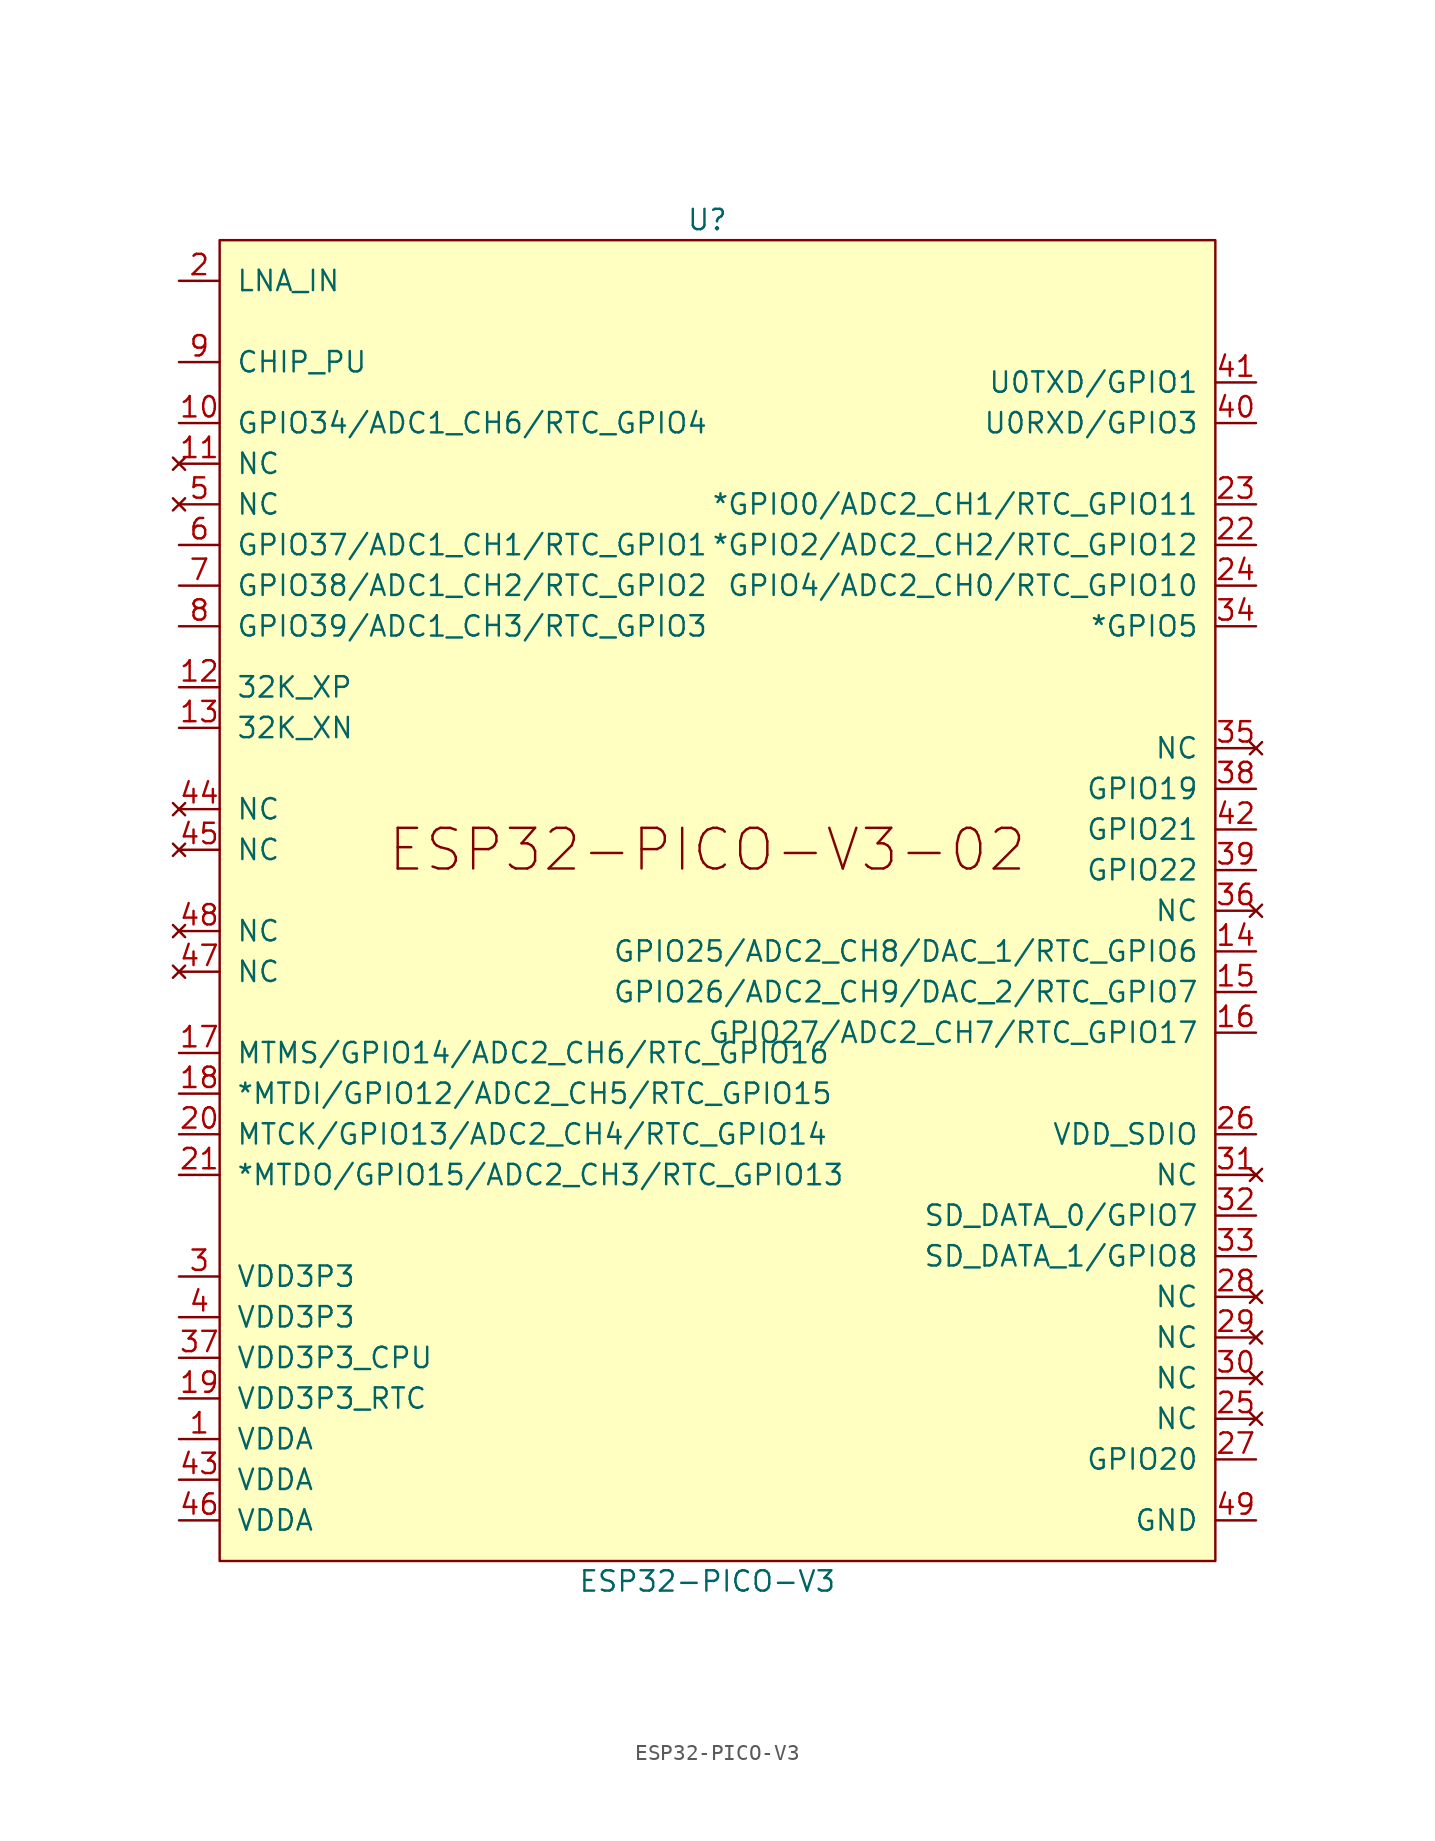
<source format=kicad_sym>
(kicad_symbol_lib
  (version 20211014)
  (generator kicad_symbol_editor)
  (symbol "ESP32-PICO-V3"
    (pin_names
      (offset 1.016))
    (property "Reference" "U"
      (at 0 43.18 0)
      (effects (font (size 1.27 1.27))))
    (property "Value" "ESP32-PICO-V3"
      (at 0 -41.91 0)
      (effects (font (size 1.27 1.27))))
    (symbol "ESP32-PICO-V3_0_0"
      (text "ESP32-PICO-V3-02" (at 0 3.81 0) (effects (font (size 2.54 2.54)))))
    (symbol "ESP32-PICO-V3_0_1"
      (rectangle (start -30.48 41.91) (end 31.75 -40.64) (stroke (width 0) (type default) (color 0 0 0 0)) (fill (type background))))
    (symbol "ESP32-PICO-V3_1_1"
      (pin power_in line (at -33.02 -33.02 0) (length 2.54) (name "VDDA" (effects (font (size 1.27 1.27)))) (number "1" (effects (font (size 1.27 1.27)))))
      (pin input line (at -33.02 30.48 0) (length 2.54) (name "GPIO34/ADC1_CH6/RTC_GPIO4" (effects (font (size 1.27 1.27)))) (number "10" (effects (font (size 1.27 1.27)))))
      (pin no_connect line (at -33.02 27.94 0) (length 2.54) (name "NC" (effects (font (size 1.27 1.27)))) (number "11" (effects (font (size 1.27 1.27)))))
      (pin bidirectional line (at -33.02 13.97 0) (length 2.54) (name "32K_XP" (effects (font (size 1.27 1.27)))) (number "12" (effects (font (size 1.27 1.27)))))
      (pin bidirectional line (at -33.02 11.43 0) (length 2.54) (name "32K_XN" (effects (font (size 1.27 1.27)))) (number "13" (effects (font (size 1.27 1.27)))))
      (pin bidirectional line (at 34.29 -2.54 180) (length 2.54) (name "GPIO25/ADC2_CH8/DAC_1/RTC_GPIO6" (effects (font (size 1.27 1.27)))) (number "14" (effects (font (size 1.27 1.27)))))
      (pin bidirectional line (at 34.29 -5.08 180) (length 2.54) (name "GPIO26/ADC2_CH9/DAC_2/RTC_GPIO7" (effects (font (size 1.27 1.27)))) (number "15" (effects (font (size 1.27 1.27)))))
      (pin bidirectional line (at 34.29 -7.62 180) (length 2.54) (name "GPIO27/ADC2_CH7/RTC_GPIO17" (effects (font (size 1.27 1.27)))) (number "16" (effects (font (size 1.27 1.27)))))
      (pin bidirectional line (at -33.02 -8.89 0) (length 2.54) (name "MTMS/GPIO14/ADC2_CH6/RTC_GPIO16" (effects (font (size 1.27 1.27)))) (number "17" (effects (font (size 1.27 1.27)))))
      (pin bidirectional line (at -33.02 -11.43 0) (length 2.54) (name "*MTDI/GPIO12/ADC2_CH5/RTC_GPIO15" (effects (font (size 1.27 1.27)))) (number "18" (effects (font (size 1.27 1.27)))))
      (pin power_in line (at -33.02 -30.48 0) (length 2.54) (name "VDD3P3_RTC" (effects (font (size 1.27 1.27)))) (number "19" (effects (font (size 1.27 1.27)))))
      (pin bidirectional line (at -33.02 39.37 0) (length 2.54) (name "LNA_IN" (effects (font (size 1.27 1.27)))) (number "2" (effects (font (size 1.27 1.27)))))
      (pin bidirectional line (at -33.02 -13.97 0) (length 2.54) (name "MTCK/GPIO13/ADC2_CH4/RTC_GPIO14" (effects (font (size 1.27 1.27)))) (number "20" (effects (font (size 1.27 1.27)))))
      (pin bidirectional line (at -33.02 -16.51 0) (length 2.54) (name "*MTDO/GPIO15/ADC2_CH3/RTC_GPIO13" (effects (font (size 1.27 1.27)))) (number "21" (effects (font (size 1.27 1.27)))))
      (pin bidirectional line (at 34.29 22.86 180) (length 2.54) (name "*GPIO2/ADC2_CH2/RTC_GPIO12" (effects (font (size 1.27 1.27)))) (number "22" (effects (font (size 1.27 1.27)))))
      (pin bidirectional line (at 34.29 25.4 180) (length 2.54) (name "*GPIO0/ADC2_CH1/RTC_GPIO11" (effects (font (size 1.27 1.27)))) (number "23" (effects (font (size 1.27 1.27)))))
      (pin bidirectional line (at 34.29 20.32 180) (length 2.54) (name "GPIO4/ADC2_CH0/RTC_GPIO10" (effects (font (size 1.27 1.27)))) (number "24" (effects (font (size 1.27 1.27)))))
      (pin no_connect line (at 34.29 -31.75 180) (length 2.54) (name "NC" (effects (font (size 1.27 1.27)))) (number "25" (effects (font (size 1.27 1.27)))))
      (pin power_out line (at 34.29 -13.97 180) (length 2.54) (name "VDD_SDIO" (effects (font (size 1.27 1.27)))) (number "26" (effects (font (size 1.27 1.27)))))
      (pin bidirectional line (at 34.29 -34.29 180) (length 2.54) (name "GPIO20" (effects (font (size 1.27 1.27)))) (number "27" (effects (font (size 1.27 1.27)))))
      (pin no_connect line (at 34.29 -24.13 180) (length 2.54) (name "NC" (effects (font (size 1.27 1.27)))) (number "28" (effects (font (size 1.27 1.27)))))
      (pin no_connect line (at 34.29 -26.67 180) (length 2.54) (name "NC" (effects (font (size 1.27 1.27)))) (number "29" (effects (font (size 1.27 1.27)))))
      (pin power_in line (at -33.02 -22.86 0) (length 2.54) (name "VDD3P3" (effects (font (size 1.27 1.27)))) (number "3" (effects (font (size 1.27 1.27)))))
      (pin no_connect line (at 34.29 -29.21 180) (length 2.54) (name "NC" (effects (font (size 1.27 1.27)))) (number "30" (effects (font (size 1.27 1.27)))))
      (pin no_connect line (at 34.29 -16.51 180) (length 2.54) (name "NC" (effects (font (size 1.27 1.27)))) (number "31" (effects (font (size 1.27 1.27)))))
      (pin bidirectional line (at 34.29 -19.05 180) (length 2.54) (name "SD_DATA_0/GPIO7" (effects (font (size 1.27 1.27)))) (number "32" (effects (font (size 1.27 1.27)))))
      (pin bidirectional line (at 34.29 -21.59 180) (length 2.54) (name "SD_DATA_1/GPIO8" (effects (font (size 1.27 1.27)))) (number "33" (effects (font (size 1.27 1.27)))))
      (pin bidirectional line (at 34.29 17.78 180) (length 2.54) (name "*GPIO5" (effects (font (size 1.27 1.27)))) (number "34" (effects (font (size 1.27 1.27)))))
      (pin no_connect line (at 34.29 10.16 180) (length 2.54) (name "NC" (effects (font (size 1.27 1.27)))) (number "35" (effects (font (size 1.27 1.27)))))
      (pin no_connect line (at 34.29 0 180) (length 2.54) (name "NC" (effects (font (size 1.27 1.27)))) (number "36" (effects (font (size 1.27 1.27)))))
      (pin power_in line (at -33.02 -27.94 0) (length 2.54) (name "VDD3P3_CPU" (effects (font (size 1.27 1.27)))) (number "37" (effects (font (size 1.27 1.27)))))
      (pin bidirectional line (at 34.29 7.62 180) (length 2.54) (name "GPIO19" (effects (font (size 1.27 1.27)))) (number "38" (effects (font (size 1.27 1.27)))))
      (pin bidirectional line (at 34.29 2.54 180) (length 2.54) (name "GPIO22" (effects (font (size 1.27 1.27)))) (number "39" (effects (font (size 1.27 1.27)))))
      (pin power_in line (at -33.02 -25.4 0) (length 2.54) (name "VDD3P3" (effects (font (size 1.27 1.27)))) (number "4" (effects (font (size 1.27 1.27)))))
      (pin bidirectional line (at 34.29 30.48 180) (length 2.54) (name "U0RXD/GPIO3" (effects (font (size 1.27 1.27)))) (number "40" (effects (font (size 1.27 1.27)))))
      (pin bidirectional line (at 34.29 33.02 180) (length 2.54) (name "U0TXD/GPIO1" (effects (font (size 1.27 1.27)))) (number "41" (effects (font (size 1.27 1.27)))))
      (pin bidirectional line (at 34.29 5.08 180) (length 2.54) (name "GPIO21" (effects (font (size 1.27 1.27)))) (number "42" (effects (font (size 1.27 1.27)))))
      (pin power_in line (at -33.02 -35.56 0) (length 2.54) (name "VDDA" (effects (font (size 1.27 1.27)))) (number "43" (effects (font (size 1.27 1.27)))))
      (pin no_connect line (at -33.02 6.35 0) (length 2.54) (name "NC" (effects (font (size 1.27 1.27)))) (number "44" (effects (font (size 1.27 1.27)))))
      (pin no_connect line (at -33.02 3.81 0) (length 2.54) (name "NC" (effects (font (size 1.27 1.27)))) (number "45" (effects (font (size 1.27 1.27)))))
      (pin power_in line (at -33.02 -38.1 0) (length 2.54) (name "VDDA" (effects (font (size 1.27 1.27)))) (number "46" (effects (font (size 1.27 1.27)))))
      (pin no_connect line (at -33.02 -3.81 0) (length 2.54) (name "NC" (effects (font (size 1.27 1.27)))) (number "47" (effects (font (size 1.27 1.27)))))
      (pin no_connect line (at -33.02 -1.27 0) (length 2.54) (name "NC" (effects (font (size 1.27 1.27)))) (number "48" (effects (font (size 1.27 1.27)))))
      (pin power_in line (at 34.29 -38.1 180) (length 2.54) (name "GND" (effects (font (size 1.27 1.27)))) (number "49" (effects (font (size 1.27 1.27)))))
      (pin no_connect line (at -33.02 25.4 0) (length 2.54) (name "NC" (effects (font (size 1.27 1.27)))) (number "5" (effects (font (size 1.27 1.27)))))
      (pin input line (at -33.02 22.86 0) (length 2.54) (name "GPIO37/ADC1_CH1/RTC_GPIO1" (effects (font (size 1.27 1.27)))) (number "6" (effects (font (size 1.27 1.27)))))
      (pin input line (at -33.02 20.32 0) (length 2.54) (name "GPIO38/ADC1_CH2/RTC_GPIO2" (effects (font (size 1.27 1.27)))) (number "7" (effects (font (size 1.27 1.27)))))
      (pin input line (at -33.02 17.78 0) (length 2.54) (name "GPIO39/ADC1_CH3/RTC_GPIO3" (effects (font (size 1.27 1.27)))) (number "8" (effects (font (size 1.27 1.27)))))
      (pin input line (at -33.02 34.29 0) (length 2.54) (name "CHIP_PU" (effects (font (size 1.27 1.27)))) (number "9" (effects (font (size 1.27 1.27))))))))
</source>
